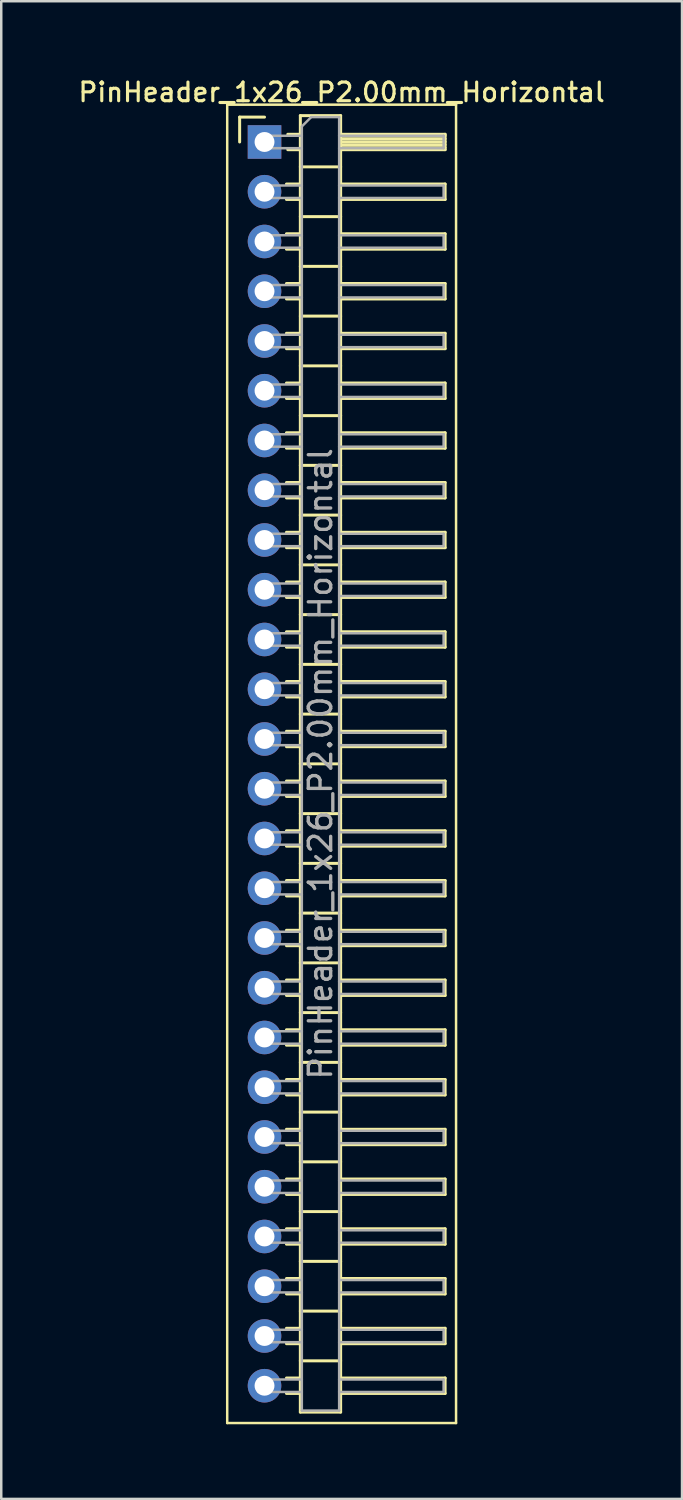
<source format=kicad_pcb>
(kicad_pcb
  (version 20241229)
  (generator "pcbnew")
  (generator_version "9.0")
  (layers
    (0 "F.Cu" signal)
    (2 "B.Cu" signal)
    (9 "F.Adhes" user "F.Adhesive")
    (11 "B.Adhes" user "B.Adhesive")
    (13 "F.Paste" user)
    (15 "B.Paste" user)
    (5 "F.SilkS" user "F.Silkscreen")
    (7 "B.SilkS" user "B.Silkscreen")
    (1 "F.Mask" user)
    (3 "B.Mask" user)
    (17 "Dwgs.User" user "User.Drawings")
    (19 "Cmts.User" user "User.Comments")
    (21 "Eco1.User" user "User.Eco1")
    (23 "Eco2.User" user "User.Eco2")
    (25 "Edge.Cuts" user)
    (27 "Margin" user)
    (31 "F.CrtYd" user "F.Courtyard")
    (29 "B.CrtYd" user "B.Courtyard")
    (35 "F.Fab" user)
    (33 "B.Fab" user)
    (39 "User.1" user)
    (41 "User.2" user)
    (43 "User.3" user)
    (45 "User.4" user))
  (footprint "PinHeader_1x26_P2.00mm_Horizontal"
    (layer "F.Cu")
    (at 7.584 2.658)
    (property "Reference" "PinHeader_1x26_P2.00mm_Horizontal" (at 3.1 -2 0) (layer "F.SilkS") (effects (font (size 0.75 0.75) (thickness 0.125))))
    (attr through_hole)
    (fp_line (start -1.5 -1.5) (end -1.5 51.5) (stroke (width 0.1) (type solid)) (layer "F.SilkS"))
    (fp_line (start -1.5 51.5) (end 7.7 51.5) (stroke (width 0.1) (type solid)) (layer "F.SilkS"))
    (fp_line (start -1 -1) (end 0 -1) (stroke (width 0.12) (type solid)) (layer "F.SilkS"))
    (fp_line (start -1 0) (end -1 -1) (stroke (width 0.12) (type solid)) (layer "F.SilkS"))
    (fp_line (start 0.882 1.69) (end 1.44 1.69) (stroke (width 0.12) (type solid)) (layer "F.SilkS"))
    (fp_line (start 0.882 2.31) (end 1.44 2.31) (stroke (width 0.12) (type solid)) (layer "F.SilkS"))
    (fp_line (start 0.882 3.69) (end 1.44 3.69) (stroke (width 0.12) (type solid)) (layer "F.SilkS"))
    (fp_line (start 0.882 4.31) (end 1.44 4.31) (stroke (width 0.12) (type solid)) (layer "F.SilkS"))
    (fp_line (start 0.882 5.69) (end 1.44 5.69) (stroke (width 0.12) (type solid)) (layer "F.SilkS"))
    (fp_line (start 0.882 6.31) (end 1.44 6.31) (stroke (width 0.12) (type solid)) (layer "F.SilkS"))
    (fp_line (start 0.882 7.69) (end 1.44 7.69) (stroke (width 0.12) (type solid)) (layer "F.SilkS"))
    (fp_line (start 0.882 8.31) (end 1.44 8.31) (stroke (width 0.12) (type solid)) (layer "F.SilkS"))
    (fp_line (start 0.882 9.69) (end 1.44 9.69) (stroke (width 0.12) (type solid)) (layer "F.SilkS"))
    (fp_line (start 0.882 10.31) (end 1.44 10.31) (stroke (width 0.12) (type solid)) (layer "F.SilkS"))
    (fp_line (start 0.882 11.69) (end 1.44 11.69) (stroke (width 0.12) (type solid)) (layer "F.SilkS"))
    (fp_line (start 0.882 12.31) (end 1.44 12.31) (stroke (width 0.12) (type solid)) (layer "F.SilkS"))
    (fp_line (start 0.882 13.69) (end 1.44 13.69) (stroke (width 0.12) (type solid)) (layer "F.SilkS"))
    (fp_line (start 0.882 14.31) (end 1.44 14.31) (stroke (width 0.12) (type solid)) (layer "F.SilkS"))
    (fp_line (start 0.882 15.69) (end 1.44 15.69) (stroke (width 0.12) (type solid)) (layer "F.SilkS"))
    (fp_line (start 0.882 16.31) (end 1.44 16.31) (stroke (width 0.12) (type solid)) (layer "F.SilkS"))
    (fp_line (start 0.882 17.69) (end 1.44 17.69) (stroke (width 0.12) (type solid)) (layer "F.SilkS"))
    (fp_line (start 0.882 18.31) (end 1.44 18.31) (stroke (width 0.12) (type solid)) (layer "F.SilkS"))
    (fp_line (start 0.882 19.69) (end 1.44 19.69) (stroke (width 0.12) (type solid)) (layer "F.SilkS"))
    (fp_line (start 0.882 20.31) (end 1.44 20.31) (stroke (width 0.12) (type solid)) (layer "F.SilkS"))
    (fp_line (start 0.882 21.69) (end 1.44 21.69) (stroke (width 0.12) (type solid)) (layer "F.SilkS"))
    (fp_line (start 0.882 22.31) (end 1.44 22.31) (stroke (width 0.12) (type solid)) (layer "F.SilkS"))
    (fp_line (start 0.882 23.69) (end 1.44 23.69) (stroke (width 0.12) (type solid)) (layer "F.SilkS"))
    (fp_line (start 0.882 24.31) (end 1.44 24.31) (stroke (width 0.12) (type solid)) (layer "F.SilkS"))
    (fp_line (start 0.882 25.69) (end 1.44 25.69) (stroke (width 0.12) (type solid)) (layer "F.SilkS"))
    (fp_line (start 0.882 26.31) (end 1.44 26.31) (stroke (width 0.12) (type solid)) (layer "F.SilkS"))
    (fp_line (start 0.882 27.69) (end 1.44 27.69) (stroke (width 0.12) (type solid)) (layer "F.SilkS"))
    (fp_line (start 0.882 28.31) (end 1.44 28.31) (stroke (width 0.12) (type solid)) (layer "F.SilkS"))
    (fp_line (start 0.882 29.69) (end 1.44 29.69) (stroke (width 0.12) (type solid)) (layer "F.SilkS"))
    (fp_line (start 0.882 30.31) (end 1.44 30.31) (stroke (width 0.12) (type solid)) (layer "F.SilkS"))
    (fp_line (start 0.882 31.69) (end 1.44 31.69) (stroke (width 0.12) (type solid)) (layer "F.SilkS"))
    (fp_line (start 0.882 32.31) (end 1.44 32.31) (stroke (width 0.12) (type solid)) (layer "F.SilkS"))
    (fp_line (start 0.882 33.69) (end 1.44 33.69) (stroke (width 0.12) (type solid)) (layer "F.SilkS"))
    (fp_line (start 0.882 34.31) (end 1.44 34.31) (stroke (width 0.12) (type solid)) (layer "F.SilkS"))
    (fp_line (start 0.882 35.69) (end 1.44 35.69) (stroke (width 0.12) (type solid)) (layer "F.SilkS"))
    (fp_line (start 0.882 36.31) (end 1.44 36.31) (stroke (width 0.12) (type solid)) (layer "F.SilkS"))
    (fp_line (start 0.882 37.69) (end 1.44 37.69) (stroke (width 0.12) (type solid)) (layer "F.SilkS"))
    (fp_line (start 0.882 38.31) (end 1.44 38.31) (stroke (width 0.12) (type solid)) (layer "F.SilkS"))
    (fp_line (start 0.882 39.69) (end 1.44 39.69) (stroke (width 0.12) (type solid)) (layer "F.SilkS"))
    (fp_line (start 0.882 40.31) (end 1.44 40.31) (stroke (width 0.12) (type solid)) (layer "F.SilkS"))
    (fp_line (start 0.882 41.69) (end 1.44 41.69) (stroke (width 0.12) (type solid)) (layer "F.SilkS"))
    (fp_line (start 0.882 42.31) (end 1.44 42.31) (stroke (width 0.12) (type solid)) (layer "F.SilkS"))
    (fp_line (start 0.882 43.69) (end 1.44 43.69) (stroke (width 0.12) (type solid)) (layer "F.SilkS"))
    (fp_line (start 0.882 44.31) (end 1.44 44.31) (stroke (width 0.12) (type solid)) (layer "F.SilkS"))
    (fp_line (start 0.882 45.69) (end 1.44 45.69) (stroke (width 0.12) (type solid)) (layer "F.SilkS"))
    (fp_line (start 0.882 46.31) (end 1.44 46.31) (stroke (width 0.12) (type solid)) (layer "F.SilkS"))
    (fp_line (start 0.882 47.69) (end 1.44 47.69) (stroke (width 0.12) (type solid)) (layer "F.SilkS"))
    (fp_line (start 0.882 48.31) (end 1.44 48.31) (stroke (width 0.12) (type solid)) (layer "F.SilkS"))
    (fp_line (start 0.882 49.69) (end 1.44 49.69) (stroke (width 0.12) (type solid)) (layer "F.SilkS"))
    (fp_line (start 0.882 50.31) (end 1.44 50.31) (stroke (width 0.12) (type solid)) (layer "F.SilkS"))
    (fp_line (start 0.935 -0.31) (end 1.44 -0.31) (stroke (width 0.12) (type solid)) (layer "F.SilkS"))
    (fp_line (start 0.935 0.31) (end 1.44 0.31) (stroke (width 0.12) (type solid)) (layer "F.SilkS"))
    (fp_line (start 1.44 -1.06) (end 1.44 51.06) (stroke (width 0.12) (type solid)) (layer "F.SilkS"))
    (fp_line (start 1.44 1) (end 3.06 1) (stroke (width 0.12) (type solid)) (layer "F.SilkS"))
    (fp_line (start 1.44 3) (end 3.06 3) (stroke (width 0.12) (type solid)) (layer "F.SilkS"))
    (fp_line (start 1.44 5) (end 3.06 5) (stroke (width 0.12) (type solid)) (layer "F.SilkS"))
    (fp_line (start 1.44 7) (end 3.06 7) (stroke (width 0.12) (type solid)) (layer "F.SilkS"))
    (fp_line (start 1.44 9) (end 3.06 9) (stroke (width 0.12) (type solid)) (layer "F.SilkS"))
    (fp_line (start 1.44 11) (end 3.06 11) (stroke (width 0.12) (type solid)) (layer "F.SilkS"))
    (fp_line (start 1.44 13) (end 3.06 13) (stroke (width 0.12) (type solid)) (layer "F.SilkS"))
    (fp_line (start 1.44 15) (end 3.06 15) (stroke (width 0.12) (type solid)) (layer "F.SilkS"))
    (fp_line (start 1.44 17) (end 3.06 17) (stroke (width 0.12) (type solid)) (layer "F.SilkS"))
    (fp_line (start 1.44 19) (end 3.06 19) (stroke (width 0.12) (type solid)) (layer "F.SilkS"))
    (fp_line (start 1.44 21) (end 3.06 21) (stroke (width 0.12) (type solid)) (layer "F.SilkS"))
    (fp_line (start 1.44 23) (end 3.06 23) (stroke (width 0.12) (type solid)) (layer "F.SilkS"))
    (fp_line (start 1.44 25) (end 3.06 25) (stroke (width 0.12) (type solid)) (layer "F.SilkS"))
    (fp_line (start 1.44 27) (end 3.06 27) (stroke (width 0.12) (type solid)) (layer "F.SilkS"))
    (fp_line (start 1.44 29) (end 3.06 29) (stroke (width 0.12) (type solid)) (layer "F.SilkS"))
    (fp_line (start 1.44 31) (end 3.06 31) (stroke (width 0.12) (type solid)) (layer "F.SilkS"))
    (fp_line (start 1.44 33) (end 3.06 33) (stroke (width 0.12) (type solid)) (layer "F.SilkS"))
    (fp_line (start 1.44 35) (end 3.06 35) (stroke (width 0.12) (type solid)) (layer "F.SilkS"))
    (fp_line (start 1.44 37) (end 3.06 37) (stroke (width 0.12) (type solid)) (layer "F.SilkS"))
    (fp_line (start 1.44 39) (end 3.06 39) (stroke (width 0.12) (type solid)) (layer "F.SilkS"))
    (fp_line (start 1.44 41) (end 3.06 41) (stroke (width 0.12) (type solid)) (layer "F.SilkS"))
    (fp_line (start 1.44 43) (end 3.06 43) (stroke (width 0.12) (type solid)) (layer "F.SilkS"))
    (fp_line (start 1.44 45) (end 3.06 45) (stroke (width 0.12) (type solid)) (layer "F.SilkS"))
    (fp_line (start 1.44 47) (end 3.06 47) (stroke (width 0.12) (type solid)) (layer "F.SilkS"))
    (fp_line (start 1.44 49) (end 3.06 49) (stroke (width 0.12) (type solid)) (layer "F.SilkS"))
    (fp_line (start 1.44 51.06) (end 3.06 51.06) (stroke (width 0.12) (type solid)) (layer "F.SilkS"))
    (fp_line (start 3.06 -1.06) (end 1.44 -1.06) (stroke (width 0.12) (type solid)) (layer "F.SilkS"))
    (fp_line (start 3.06 -0.31) (end 7.26 -0.31) (stroke (width 0.12) (type solid)) (layer "F.SilkS"))
    (fp_line (start 3.06 -0.25) (end 7.26 -0.25) (stroke (width 0.12) (type solid)) (layer "F.SilkS"))
    (fp_line (start 3.06 -0.13) (end 7.26 -0.13) (stroke (width 0.12) (type solid)) (layer "F.SilkS"))
    (fp_line (start 3.06 -0.01) (end 7.26 -0.01) (stroke (width 0.12) (type solid)) (layer "F.SilkS"))
    (fp_line (start 3.06 0.11) (end 7.26 0.11) (stroke (width 0.12) (type solid)) (layer "F.SilkS"))
    (fp_line (start 3.06 0.23) (end 7.26 0.23) (stroke (width 0.12) (type solid)) (layer "F.SilkS"))
    (fp_line (start 3.06 1.69) (end 7.26 1.69) (stroke (width 0.12) (type solid)) (layer "F.SilkS"))
    (fp_line (start 3.06 3.69) (end 7.26 3.69) (stroke (width 0.12) (type solid)) (layer "F.SilkS"))
    (fp_line (start 3.06 5.69) (end 7.26 5.69) (stroke (width 0.12) (type solid)) (layer "F.SilkS"))
    (fp_line (start 3.06 7.69) (end 7.26 7.69) (stroke (width 0.12) (type solid)) (layer "F.SilkS"))
    (fp_line (start 3.06 9.69) (end 7.26 9.69) (stroke (width 0.12) (type solid)) (layer "F.SilkS"))
    (fp_line (start 3.06 11.69) (end 7.26 11.69) (stroke (width 0.12) (type solid)) (layer "F.SilkS"))
    (fp_line (start 3.06 13.69) (end 7.26 13.69) (stroke (width 0.12) (type solid)) (layer "F.SilkS"))
    (fp_line (start 3.06 15.69) (end 7.26 15.69) (stroke (width 0.12) (type solid)) (layer "F.SilkS"))
    (fp_line (start 3.06 17.69) (end 7.26 17.69) (stroke (width 0.12) (type solid)) (layer "F.SilkS"))
    (fp_line (start 3.06 19.69) (end 7.26 19.69) (stroke (width 0.12) (type solid)) (layer "F.SilkS"))
    (fp_line (start 3.06 21.69) (end 7.26 21.69) (stroke (width 0.12) (type solid)) (layer "F.SilkS"))
    (fp_line (start 3.06 23.69) (end 7.26 23.69) (stroke (width 0.12) (type solid)) (layer "F.SilkS"))
    (fp_line (start 3.06 25.69) (end 7.26 25.69) (stroke (width 0.12) (type solid)) (layer "F.SilkS"))
    (fp_line (start 3.06 27.69) (end 7.26 27.69) (stroke (width 0.12) (type solid)) (layer "F.SilkS"))
    (fp_line (start 3.06 29.69) (end 7.26 29.69) (stroke (width 0.12) (type solid)) (layer "F.SilkS"))
    (fp_line (start 3.06 31.69) (end 7.26 31.69) (stroke (width 0.12) (type solid)) (layer "F.SilkS"))
    (fp_line (start 3.06 33.69) (end 7.26 33.69) (stroke (width 0.12) (type solid)) (layer "F.SilkS"))
    (fp_line (start 3.06 35.69) (end 7.26 35.69) (stroke (width 0.12) (type solid)) (layer "F.SilkS"))
    (fp_line (start 3.06 37.69) (end 7.26 37.69) (stroke (width 0.12) (type solid)) (layer "F.SilkS"))
    (fp_line (start 3.06 39.69) (end 7.26 39.69) (stroke (width 0.12) (type solid)) (layer "F.SilkS"))
    (fp_line (start 3.06 41.69) (end 7.26 41.69) (stroke (width 0.12) (type solid)) (layer "F.SilkS"))
    (fp_line (start 3.06 43.69) (end 7.26 43.69) (stroke (width 0.12) (type solid)) (layer "F.SilkS"))
    (fp_line (start 3.06 45.69) (end 7.26 45.69) (stroke (width 0.12) (type solid)) (layer "F.SilkS"))
    (fp_line (start 3.06 47.69) (end 7.26 47.69) (stroke (width 0.12) (type solid)) (layer "F.SilkS"))
    (fp_line (start 3.06 49.69) (end 7.26 49.69) (stroke (width 0.12) (type solid)) (layer "F.SilkS"))
    (fp_line (start 3.06 51.06) (end 3.06 -1.06) (stroke (width 0.12) (type solid)) (layer "F.SilkS"))
    (fp_line (start 7.26 -0.31) (end 7.26 0.31) (stroke (width 0.12) (type solid)) (layer "F.SilkS"))
    (fp_line (start 7.26 0.31) (end 3.06 0.31) (stroke (width 0.12) (type solid)) (layer "F.SilkS"))
    (fp_line (start 7.26 1.69) (end 7.26 2.31) (stroke (width 0.12) (type solid)) (layer "F.SilkS"))
    (fp_line (start 7.26 2.31) (end 3.06 2.31) (stroke (width 0.12) (type solid)) (layer "F.SilkS"))
    (fp_line (start 7.26 3.69) (end 7.26 4.31) (stroke (width 0.12) (type solid)) (layer "F.SilkS"))
    (fp_line (start 7.26 4.31) (end 3.06 4.31) (stroke (width 0.12) (type solid)) (layer "F.SilkS"))
    (fp_line (start 7.26 5.69) (end 7.26 6.31) (stroke (width 0.12) (type solid)) (layer "F.SilkS"))
    (fp_line (start 7.26 6.31) (end 3.06 6.31) (stroke (width 0.12) (type solid)) (layer "F.SilkS"))
    (fp_line (start 7.26 7.69) (end 7.26 8.31) (stroke (width 0.12) (type solid)) (layer "F.SilkS"))
    (fp_line (start 7.26 8.31) (end 3.06 8.31) (stroke (width 0.12) (type solid)) (layer "F.SilkS"))
    (fp_line (start 7.26 9.69) (end 7.26 10.31) (stroke (width 0.12) (type solid)) (layer "F.SilkS"))
    (fp_line (start 7.26 10.31) (end 3.06 10.31) (stroke (width 0.12) (type solid)) (layer "F.SilkS"))
    (fp_line (start 7.26 11.69) (end 7.26 12.31) (stroke (width 0.12) (type solid)) (layer "F.SilkS"))
    (fp_line (start 7.26 12.31) (end 3.06 12.31) (stroke (width 0.12) (type solid)) (layer "F.SilkS"))
    (fp_line (start 7.26 13.69) (end 7.26 14.31) (stroke (width 0.12) (type solid)) (layer "F.SilkS"))
    (fp_line (start 7.26 14.31) (end 3.06 14.31) (stroke (width 0.12) (type solid)) (layer "F.SilkS"))
    (fp_line (start 7.26 15.69) (end 7.26 16.31) (stroke (width 0.12) (type solid)) (layer "F.SilkS"))
    (fp_line (start 7.26 16.31) (end 3.06 16.31) (stroke (width 0.12) (type solid)) (layer "F.SilkS"))
    (fp_line (start 7.26 17.69) (end 7.26 18.31) (stroke (width 0.12) (type solid)) (layer "F.SilkS"))
    (fp_line (start 7.26 18.31) (end 3.06 18.31) (stroke (width 0.12) (type solid)) (layer "F.SilkS"))
    (fp_line (start 7.26 19.69) (end 7.26 20.31) (stroke (width 0.12) (type solid)) (layer "F.SilkS"))
    (fp_line (start 7.26 20.31) (end 3.06 20.31) (stroke (width 0.12) (type solid)) (layer "F.SilkS"))
    (fp_line (start 7.26 21.69) (end 7.26 22.31) (stroke (width 0.12) (type solid)) (layer "F.SilkS"))
    (fp_line (start 7.26 22.31) (end 3.06 22.31) (stroke (width 0.12) (type solid)) (layer "F.SilkS"))
    (fp_line (start 7.26 23.69) (end 7.26 24.31) (stroke (width 0.12) (type solid)) (layer "F.SilkS"))
    (fp_line (start 7.26 24.31) (end 3.06 24.31) (stroke (width 0.12) (type solid)) (layer "F.SilkS"))
    (fp_line (start 7.26 25.69) (end 7.26 26.31) (stroke (width 0.12) (type solid)) (layer "F.SilkS"))
    (fp_line (start 7.26 26.31) (end 3.06 26.31) (stroke (width 0.12) (type solid)) (layer "F.SilkS"))
    (fp_line (start 7.26 27.69) (end 7.26 28.31) (stroke (width 0.12) (type solid)) (layer "F.SilkS"))
    (fp_line (start 7.26 28.31) (end 3.06 28.31) (stroke (width 0.12) (type solid)) (layer "F.SilkS"))
    (fp_line (start 7.26 29.69) (end 7.26 30.31) (stroke (width 0.12) (type solid)) (layer "F.SilkS"))
    (fp_line (start 7.26 30.31) (end 3.06 30.31) (stroke (width 0.12) (type solid)) (layer "F.SilkS"))
    (fp_line (start 7.26 31.69) (end 7.26 32.31) (stroke (width 0.12) (type solid)) (layer "F.SilkS"))
    (fp_line (start 7.26 32.31) (end 3.06 32.31) (stroke (width 0.12) (type solid)) (layer "F.SilkS"))
    (fp_line (start 7.26 33.69) (end 7.26 34.31) (stroke (width 0.12) (type solid)) (layer "F.SilkS"))
    (fp_line (start 7.26 34.31) (end 3.06 34.31) (stroke (width 0.12) (type solid)) (layer "F.SilkS"))
    (fp_line (start 7.26 35.69) (end 7.26 36.31) (stroke (width 0.12) (type solid)) (layer "F.SilkS"))
    (fp_line (start 7.26 36.31) (end 3.06 36.31) (stroke (width 0.12) (type solid)) (layer "F.SilkS"))
    (fp_line (start 7.26 37.69) (end 7.26 38.31) (stroke (width 0.12) (type solid)) (layer "F.SilkS"))
    (fp_line (start 7.26 38.31) (end 3.06 38.31) (stroke (width 0.12) (type solid)) (layer "F.SilkS"))
    (fp_line (start 7.26 39.69) (end 7.26 40.31) (stroke (width 0.12) (type solid)) (layer "F.SilkS"))
    (fp_line (start 7.26 40.31) (end 3.06 40.31) (stroke (width 0.12) (type solid)) (layer "F.SilkS"))
    (fp_line (start 7.26 41.69) (end 7.26 42.31) (stroke (width 0.12) (type solid)) (layer "F.SilkS"))
    (fp_line (start 7.26 42.31) (end 3.06 42.31) (stroke (width 0.12) (type solid)) (layer "F.SilkS"))
    (fp_line (start 7.26 43.69) (end 7.26 44.31) (stroke (width 0.12) (type solid)) (layer "F.SilkS"))
    (fp_line (start 7.26 44.31) (end 3.06 44.31) (stroke (width 0.12) (type solid)) (layer "F.SilkS"))
    (fp_line (start 7.26 45.69) (end 7.26 46.31) (stroke (width 0.12) (type solid)) (layer "F.SilkS"))
    (fp_line (start 7.26 46.31) (end 3.06 46.31) (stroke (width 0.12) (type solid)) (layer "F.SilkS"))
    (fp_line (start 7.26 47.69) (end 7.26 48.31) (stroke (width 0.12) (type solid)) (layer "F.SilkS"))
    (fp_line (start 7.26 48.31) (end 3.06 48.31) (stroke (width 0.12) (type solid)) (layer "F.SilkS"))
    (fp_line (start 7.26 49.69) (end 7.26 50.31) (stroke (width 0.12) (type solid)) (layer "F.SilkS"))
    (fp_line (start 7.26 50.31) (end 3.06 50.31) (stroke (width 0.12) (type solid)) (layer "F.SilkS"))
    (fp_line (start 7.7 -1.5) (end -1.5 -1.5) (stroke (width 0.1) (type solid)) (layer "F.SilkS"))
    (fp_line (start 7.7 51.5) (end 7.7 -1.5) (stroke (width 0.1) (type solid)) (layer "F.SilkS"))
    (fp_line (start -0.25 -0.25) (end -0.25 0.25) (stroke (width 0.1) (type solid)) (layer "F.Fab"))
    (fp_line (start -0.25 -0.25) (end 1.5 -0.25) (stroke (width 0.1) (type solid)) (layer "F.Fab"))
    (fp_line (start -0.25 0.25) (end 1.5 0.25) (stroke (width 0.1) (type solid)) (layer "F.Fab"))
    (fp_line (start -0.25 1.75) (end -0.25 2.25) (stroke (width 0.1) (type solid)) (layer "F.Fab"))
    (fp_line (start -0.25 1.75) (end 1.5 1.75) (stroke (width 0.1) (type solid)) (layer "F.Fab"))
    (fp_line (start -0.25 2.25) (end 1.5 2.25) (stroke (width 0.1) (type solid)) (layer "F.Fab"))
    (fp_line (start -0.25 3.75) (end -0.25 4.25) (stroke (width 0.1) (type solid)) (layer "F.Fab"))
    (fp_line (start -0.25 3.75) (end 1.5 3.75) (stroke (width 0.1) (type solid)) (layer "F.Fab"))
    (fp_line (start -0.25 4.25) (end 1.5 4.25) (stroke (width 0.1) (type solid)) (layer "F.Fab"))
    (fp_line (start -0.25 5.75) (end -0.25 6.25) (stroke (width 0.1) (type solid)) (layer "F.Fab"))
    (fp_line (start -0.25 5.75) (end 1.5 5.75) (stroke (width 0.1) (type solid)) (layer "F.Fab"))
    (fp_line (start -0.25 6.25) (end 1.5 6.25) (stroke (width 0.1) (type solid)) (layer "F.Fab"))
    (fp_line (start -0.25 7.75) (end -0.25 8.25) (stroke (width 0.1) (type solid)) (layer "F.Fab"))
    (fp_line (start -0.25 7.75) (end 1.5 7.75) (stroke (width 0.1) (type solid)) (layer "F.Fab"))
    (fp_line (start -0.25 8.25) (end 1.5 8.25) (stroke (width 0.1) (type solid)) (layer "F.Fab"))
    (fp_line (start -0.25 9.75) (end -0.25 10.25) (stroke (width 0.1) (type solid)) (layer "F.Fab"))
    (fp_line (start -0.25 9.75) (end 1.5 9.75) (stroke (width 0.1) (type solid)) (layer "F.Fab"))
    (fp_line (start -0.25 10.25) (end 1.5 10.25) (stroke (width 0.1) (type solid)) (layer "F.Fab"))
    (fp_line (start -0.25 11.75) (end -0.25 12.25) (stroke (width 0.1) (type solid)) (layer "F.Fab"))
    (fp_line (start -0.25 11.75) (end 1.5 11.75) (stroke (width 0.1) (type solid)) (layer "F.Fab"))
    (fp_line (start -0.25 12.25) (end 1.5 12.25) (stroke (width 0.1) (type solid)) (layer "F.Fab"))
    (fp_line (start -0.25 13.75) (end -0.25 14.25) (stroke (width 0.1) (type solid)) (layer "F.Fab"))
    (fp_line (start -0.25 13.75) (end 1.5 13.75) (stroke (width 0.1) (type solid)) (layer "F.Fab"))
    (fp_line (start -0.25 14.25) (end 1.5 14.25) (stroke (width 0.1) (type solid)) (layer "F.Fab"))
    (fp_line (start -0.25 15.75) (end -0.25 16.25) (stroke (width 0.1) (type solid)) (layer "F.Fab"))
    (fp_line (start -0.25 15.75) (end 1.5 15.75) (stroke (width 0.1) (type solid)) (layer "F.Fab"))
    (fp_line (start -0.25 16.25) (end 1.5 16.25) (stroke (width 0.1) (type solid)) (layer "F.Fab"))
    (fp_line (start -0.25 17.75) (end -0.25 18.25) (stroke (width 0.1) (type solid)) (layer "F.Fab"))
    (fp_line (start -0.25 17.75) (end 1.5 17.75) (stroke (width 0.1) (type solid)) (layer "F.Fab"))
    (fp_line (start -0.25 18.25) (end 1.5 18.25) (stroke (width 0.1) (type solid)) (layer "F.Fab"))
    (fp_line (start -0.25 19.75) (end -0.25 20.25) (stroke (width 0.1) (type solid)) (layer "F.Fab"))
    (fp_line (start -0.25 19.75) (end 1.5 19.75) (stroke (width 0.1) (type solid)) (layer "F.Fab"))
    (fp_line (start -0.25 20.25) (end 1.5 20.25) (stroke (width 0.1) (type solid)) (layer "F.Fab"))
    (fp_line (start -0.25 21.75) (end -0.25 22.25) (stroke (width 0.1) (type solid)) (layer "F.Fab"))
    (fp_line (start -0.25 21.75) (end 1.5 21.75) (stroke (width 0.1) (type solid)) (layer "F.Fab"))
    (fp_line (start -0.25 22.25) (end 1.5 22.25) (stroke (width 0.1) (type solid)) (layer "F.Fab"))
    (fp_line (start -0.25 23.75) (end -0.25 24.25) (stroke (width 0.1) (type solid)) (layer "F.Fab"))
    (fp_line (start -0.25 23.75) (end 1.5 23.75) (stroke (width 0.1) (type solid)) (layer "F.Fab"))
    (fp_line (start -0.25 24.25) (end 1.5 24.25) (stroke (width 0.1) (type solid)) (layer "F.Fab"))
    (fp_line (start -0.25 25.75) (end -0.25 26.25) (stroke (width 0.1) (type solid)) (layer "F.Fab"))
    (fp_line (start -0.25 25.75) (end 1.5 25.75) (stroke (width 0.1) (type solid)) (layer "F.Fab"))
    (fp_line (start -0.25 26.25) (end 1.5 26.25) (stroke (width 0.1) (type solid)) (layer "F.Fab"))
    (fp_line (start -0.25 27.75) (end -0.25 28.25) (stroke (width 0.1) (type solid)) (layer "F.Fab"))
    (fp_line (start -0.25 27.75) (end 1.5 27.75) (stroke (width 0.1) (type solid)) (layer "F.Fab"))
    (fp_line (start -0.25 28.25) (end 1.5 28.25) (stroke (width 0.1) (type solid)) (layer "F.Fab"))
    (fp_line (start -0.25 29.75) (end -0.25 30.25) (stroke (width 0.1) (type solid)) (layer "F.Fab"))
    (fp_line (start -0.25 29.75) (end 1.5 29.75) (stroke (width 0.1) (type solid)) (layer "F.Fab"))
    (fp_line (start -0.25 30.25) (end 1.5 30.25) (stroke (width 0.1) (type solid)) (layer "F.Fab"))
    (fp_line (start -0.25 31.75) (end -0.25 32.25) (stroke (width 0.1) (type solid)) (layer "F.Fab"))
    (fp_line (start -0.25 31.75) (end 1.5 31.75) (stroke (width 0.1) (type solid)) (layer "F.Fab"))
    (fp_line (start -0.25 32.25) (end 1.5 32.25) (stroke (width 0.1) (type solid)) (layer "F.Fab"))
    (fp_line (start -0.25 33.75) (end -0.25 34.25) (stroke (width 0.1) (type solid)) (layer "F.Fab"))
    (fp_line (start -0.25 33.75) (end 1.5 33.75) (stroke (width 0.1) (type solid)) (layer "F.Fab"))
    (fp_line (start -0.25 34.25) (end 1.5 34.25) (stroke (width 0.1) (type solid)) (layer "F.Fab"))
    (fp_line (start -0.25 35.75) (end -0.25 36.25) (stroke (width 0.1) (type solid)) (layer "F.Fab"))
    (fp_line (start -0.25 35.75) (end 1.5 35.75) (stroke (width 0.1) (type solid)) (layer "F.Fab"))
    (fp_line (start -0.25 36.25) (end 1.5 36.25) (stroke (width 0.1) (type solid)) (layer "F.Fab"))
    (fp_line (start -0.25 37.75) (end -0.25 38.25) (stroke (width 0.1) (type solid)) (layer "F.Fab"))
    (fp_line (start -0.25 37.75) (end 1.5 37.75) (stroke (width 0.1) (type solid)) (layer "F.Fab"))
    (fp_line (start -0.25 38.25) (end 1.5 38.25) (stroke (width 0.1) (type solid)) (layer "F.Fab"))
    (fp_line (start -0.25 39.75) (end -0.25 40.25) (stroke (width 0.1) (type solid)) (layer "F.Fab"))
    (fp_line (start -0.25 39.75) (end 1.5 39.75) (stroke (width 0.1) (type solid)) (layer "F.Fab"))
    (fp_line (start -0.25 40.25) (end 1.5 40.25) (stroke (width 0.1) (type solid)) (layer "F.Fab"))
    (fp_line (start -0.25 41.75) (end -0.25 42.25) (stroke (width 0.1) (type solid)) (layer "F.Fab"))
    (fp_line (start -0.25 41.75) (end 1.5 41.75) (stroke (width 0.1) (type solid)) (layer "F.Fab"))
    (fp_line (start -0.25 42.25) (end 1.5 42.25) (stroke (width 0.1) (type solid)) (layer "F.Fab"))
    (fp_line (start -0.25 43.75) (end -0.25 44.25) (stroke (width 0.1) (type solid)) (layer "F.Fab"))
    (fp_line (start -0.25 43.75) (end 1.5 43.75) (stroke (width 0.1) (type solid)) (layer "F.Fab"))
    (fp_line (start -0.25 44.25) (end 1.5 44.25) (stroke (width 0.1) (type solid)) (layer "F.Fab"))
    (fp_line (start -0.25 45.75) (end -0.25 46.25) (stroke (width 0.1) (type solid)) (layer "F.Fab"))
    (fp_line (start -0.25 45.75) (end 1.5 45.75) (stroke (width 0.1) (type solid)) (layer "F.Fab"))
    (fp_line (start -0.25 46.25) (end 1.5 46.25) (stroke (width 0.1) (type solid)) (layer "F.Fab"))
    (fp_line (start -0.25 47.75) (end -0.25 48.25) (stroke (width 0.1) (type solid)) (layer "F.Fab"))
    (fp_line (start -0.25 47.75) (end 1.5 47.75) (stroke (width 0.1) (type solid)) (layer "F.Fab"))
    (fp_line (start -0.25 48.25) (end 1.5 48.25) (stroke (width 0.1) (type solid)) (layer "F.Fab"))
    (fp_line (start -0.25 49.75) (end -0.25 50.25) (stroke (width 0.1) (type solid)) (layer "F.Fab"))
    (fp_line (start -0.25 49.75) (end 1.5 49.75) (stroke (width 0.1) (type solid)) (layer "F.Fab"))
    (fp_line (start -0.25 50.25) (end 1.5 50.25) (stroke (width 0.1) (type solid)) (layer "F.Fab"))
    (fp_line (start 1.5 -0.625) (end 1.875 -1) (stroke (width 0.1) (type solid)) (layer "F.Fab"))
    (fp_line (start 1.5 51) (end 1.5 -0.625) (stroke (width 0.1) (type solid)) (layer "F.Fab"))
    (fp_line (start 1.875 -1) (end 3 -1) (stroke (width 0.1) (type solid)) (layer "F.Fab"))
    (fp_line (start 3 -1) (end 3 51) (stroke (width 0.1) (type solid)) (layer "F.Fab"))
    (fp_line (start 3 -0.25) (end 7.2 -0.25) (stroke (width 0.1) (type solid)) (layer "F.Fab"))
    (fp_line (start 3 0.25) (end 7.2 0.25) (stroke (width 0.1) (type solid)) (layer "F.Fab"))
    (fp_line (start 3 1.75) (end 7.2 1.75) (stroke (width 0.1) (type solid)) (layer "F.Fab"))
    (fp_line (start 3 2.25) (end 7.2 2.25) (stroke (width 0.1) (type solid)) (layer "F.Fab"))
    (fp_line (start 3 3.75) (end 7.2 3.75) (stroke (width 0.1) (type solid)) (layer "F.Fab"))
    (fp_line (start 3 4.25) (end 7.2 4.25) (stroke (width 0.1) (type solid)) (layer "F.Fab"))
    (fp_line (start 3 5.75) (end 7.2 5.75) (stroke (width 0.1) (type solid)) (layer "F.Fab"))
    (fp_line (start 3 6.25) (end 7.2 6.25) (stroke (width 0.1) (type solid)) (layer "F.Fab"))
    (fp_line (start 3 7.75) (end 7.2 7.75) (stroke (width 0.1) (type solid)) (layer "F.Fab"))
    (fp_line (start 3 8.25) (end 7.2 8.25) (stroke (width 0.1) (type solid)) (layer "F.Fab"))
    (fp_line (start 3 9.75) (end 7.2 9.75) (stroke (width 0.1) (type solid)) (layer "F.Fab"))
    (fp_line (start 3 10.25) (end 7.2 10.25) (stroke (width 0.1) (type solid)) (layer "F.Fab"))
    (fp_line (start 3 11.75) (end 7.2 11.75) (stroke (width 0.1) (type solid)) (layer "F.Fab"))
    (fp_line (start 3 12.25) (end 7.2 12.25) (stroke (width 0.1) (type solid)) (layer "F.Fab"))
    (fp_line (start 3 13.75) (end 7.2 13.75) (stroke (width 0.1) (type solid)) (layer "F.Fab"))
    (fp_line (start 3 14.25) (end 7.2 14.25) (stroke (width 0.1) (type solid)) (layer "F.Fab"))
    (fp_line (start 3 15.75) (end 7.2 15.75) (stroke (width 0.1) (type solid)) (layer "F.Fab"))
    (fp_line (start 3 16.25) (end 7.2 16.25) (stroke (width 0.1) (type solid)) (layer "F.Fab"))
    (fp_line (start 3 17.75) (end 7.2 17.75) (stroke (width 0.1) (type solid)) (layer "F.Fab"))
    (fp_line (start 3 18.25) (end 7.2 18.25) (stroke (width 0.1) (type solid)) (layer "F.Fab"))
    (fp_line (start 3 19.75) (end 7.2 19.75) (stroke (width 0.1) (type solid)) (layer "F.Fab"))
    (fp_line (start 3 20.25) (end 7.2 20.25) (stroke (width 0.1) (type solid)) (layer "F.Fab"))
    (fp_line (start 3 21.75) (end 7.2 21.75) (stroke (width 0.1) (type solid)) (layer "F.Fab"))
    (fp_line (start 3 22.25) (end 7.2 22.25) (stroke (width 0.1) (type solid)) (layer "F.Fab"))
    (fp_line (start 3 23.75) (end 7.2 23.75) (stroke (width 0.1) (type solid)) (layer "F.Fab"))
    (fp_line (start 3 24.25) (end 7.2 24.25) (stroke (width 0.1) (type solid)) (layer "F.Fab"))
    (fp_line (start 3 25.75) (end 7.2 25.75) (stroke (width 0.1) (type solid)) (layer "F.Fab"))
    (fp_line (start 3 26.25) (end 7.2 26.25) (stroke (width 0.1) (type solid)) (layer "F.Fab"))
    (fp_line (start 3 27.75) (end 7.2 27.75) (stroke (width 0.1) (type solid)) (layer "F.Fab"))
    (fp_line (start 3 28.25) (end 7.2 28.25) (stroke (width 0.1) (type solid)) (layer "F.Fab"))
    (fp_line (start 3 29.75) (end 7.2 29.75) (stroke (width 0.1) (type solid)) (layer "F.Fab"))
    (fp_line (start 3 30.25) (end 7.2 30.25) (stroke (width 0.1) (type solid)) (layer "F.Fab"))
    (fp_line (start 3 31.75) (end 7.2 31.75) (stroke (width 0.1) (type solid)) (layer "F.Fab"))
    (fp_line (start 3 32.25) (end 7.2 32.25) (stroke (width 0.1) (type solid)) (layer "F.Fab"))
    (fp_line (start 3 33.75) (end 7.2 33.75) (stroke (width 0.1) (type solid)) (layer "F.Fab"))
    (fp_line (start 3 34.25) (end 7.2 34.25) (stroke (width 0.1) (type solid)) (layer "F.Fab"))
    (fp_line (start 3 35.75) (end 7.2 35.75) (stroke (width 0.1) (type solid)) (layer "F.Fab"))
    (fp_line (start 3 36.25) (end 7.2 36.25) (stroke (width 0.1) (type solid)) (layer "F.Fab"))
    (fp_line (start 3 37.75) (end 7.2 37.75) (stroke (width 0.1) (type solid)) (layer "F.Fab"))
    (fp_line (start 3 38.25) (end 7.2 38.25) (stroke (width 0.1) (type solid)) (layer "F.Fab"))
    (fp_line (start 3 39.75) (end 7.2 39.75) (stroke (width 0.1) (type solid)) (layer "F.Fab"))
    (fp_line (start 3 40.25) (end 7.2 40.25) (stroke (width 0.1) (type solid)) (layer "F.Fab"))
    (fp_line (start 3 41.75) (end 7.2 41.75) (stroke (width 0.1) (type solid)) (layer "F.Fab"))
    (fp_line (start 3 42.25) (end 7.2 42.25) (stroke (width 0.1) (type solid)) (layer "F.Fab"))
    (fp_line (start 3 43.75) (end 7.2 43.75) (stroke (width 0.1) (type solid)) (layer "F.Fab"))
    (fp_line (start 3 44.25) (end 7.2 44.25) (stroke (width 0.1) (type solid)) (layer "F.Fab"))
    (fp_line (start 3 45.75) (end 7.2 45.75) (stroke (width 0.1) (type solid)) (layer "F.Fab"))
    (fp_line (start 3 46.25) (end 7.2 46.25) (stroke (width 0.1) (type solid)) (layer "F.Fab"))
    (fp_line (start 3 47.75) (end 7.2 47.75) (stroke (width 0.1) (type solid)) (layer "F.Fab"))
    (fp_line (start 3 48.25) (end 7.2 48.25) (stroke (width 0.1) (type solid)) (layer "F.Fab"))
    (fp_line (start 3 49.75) (end 7.2 49.75) (stroke (width 0.1) (type solid)) (layer "F.Fab"))
    (fp_line (start 3 50.25) (end 7.2 50.25) (stroke (width 0.1) (type solid)) (layer "F.Fab"))
    (fp_line (start 3 51) (end 1.5 51) (stroke (width 0.1) (type solid)) (layer "F.Fab"))
    (fp_line (start 7.2 -0.25) (end 7.2 0.25) (stroke (width 0.1) (type solid)) (layer "F.Fab"))
    (fp_line (start 7.2 1.75) (end 7.2 2.25) (stroke (width 0.1) (type solid)) (layer "F.Fab"))
    (fp_line (start 7.2 3.75) (end 7.2 4.25) (stroke (width 0.1) (type solid)) (layer "F.Fab"))
    (fp_line (start 7.2 5.75) (end 7.2 6.25) (stroke (width 0.1) (type solid)) (layer "F.Fab"))
    (fp_line (start 7.2 7.75) (end 7.2 8.25) (stroke (width 0.1) (type solid)) (layer "F.Fab"))
    (fp_line (start 7.2 9.75) (end 7.2 10.25) (stroke (width 0.1) (type solid)) (layer "F.Fab"))
    (fp_line (start 7.2 11.75) (end 7.2 12.25) (stroke (width 0.1) (type solid)) (layer "F.Fab"))
    (fp_line (start 7.2 13.75) (end 7.2 14.25) (stroke (width 0.1) (type solid)) (layer "F.Fab"))
    (fp_line (start 7.2 15.75) (end 7.2 16.25) (stroke (width 0.1) (type solid)) (layer "F.Fab"))
    (fp_line (start 7.2 17.75) (end 7.2 18.25) (stroke (width 0.1) (type solid)) (layer "F.Fab"))
    (fp_line (start 7.2 19.75) (end 7.2 20.25) (stroke (width 0.1) (type solid)) (layer "F.Fab"))
    (fp_line (start 7.2 21.75) (end 7.2 22.25) (stroke (width 0.1) (type solid)) (layer "F.Fab"))
    (fp_line (start 7.2 23.75) (end 7.2 24.25) (stroke (width 0.1) (type solid)) (layer "F.Fab"))
    (fp_line (start 7.2 25.75) (end 7.2 26.25) (stroke (width 0.1) (type solid)) (layer "F.Fab"))
    (fp_line (start 7.2 27.75) (end 7.2 28.25) (stroke (width 0.1) (type solid)) (layer "F.Fab"))
    (fp_line (start 7.2 29.75) (end 7.2 30.25) (stroke (width 0.1) (type solid)) (layer "F.Fab"))
    (fp_line (start 7.2 31.75) (end 7.2 32.25) (stroke (width 0.1) (type solid)) (layer "F.Fab"))
    (fp_line (start 7.2 33.75) (end 7.2 34.25) (stroke (width 0.1) (type solid)) (layer "F.Fab"))
    (fp_line (start 7.2 35.75) (end 7.2 36.25) (stroke (width 0.1) (type solid)) (layer "F.Fab"))
    (fp_line (start 7.2 37.75) (end 7.2 38.25) (stroke (width 0.1) (type solid)) (layer "F.Fab"))
    (fp_line (start 7.2 39.75) (end 7.2 40.25) (stroke (width 0.1) (type solid)) (layer "F.Fab"))
    (fp_line (start 7.2 41.75) (end 7.2 42.25) (stroke (width 0.1) (type solid)) (layer "F.Fab"))
    (fp_line (start 7.2 43.75) (end 7.2 44.25) (stroke (width 0.1) (type solid)) (layer "F.Fab"))
    (fp_line (start 7.2 45.75) (end 7.2 46.25) (stroke (width 0.1) (type solid)) (layer "F.Fab"))
    (fp_line (start 7.2 47.75) (end 7.2 48.25) (stroke (width 0.1) (type solid)) (layer "F.Fab"))
    (fp_line (start 7.2 49.75) (end 7.2 50.25) (stroke (width 0.1) (type solid)) (layer "F.Fab"))
    (fp_text user "${REFERENCE}" (at 2.25 25 90) (layer "F.Fab") (effects (font (size 0.9 0.9) (thickness 0.135))))
    (pad "1" thru_hole rect (at 0 0) (size 1.35 1.35) (drill 0.8) (layers "*.Cu" "*.Mask"))
    (pad "2" thru_hole oval (at 0 2) (size 1.35 1.35) (drill 0.8) (layers "*.Cu" "*.Mask"))
    (pad "3" thru_hole oval (at 0 4) (size 1.35 1.35) (drill 0.8) (layers "*.Cu" "*.Mask"))
    (pad "4" thru_hole oval (at 0 6) (size 1.35 1.35) (drill 0.8) (layers "*.Cu" "*.Mask"))
    (pad "5" thru_hole oval (at 0 8) (size 1.35 1.35) (drill 0.8) (layers "*.Cu" "*.Mask"))
    (pad "6" thru_hole oval (at 0 10) (size 1.35 1.35) (drill 0.8) (layers "*.Cu" "*.Mask"))
    (pad "7" thru_hole oval (at 0 12) (size 1.35 1.35) (drill 0.8) (layers "*.Cu" "*.Mask"))
    (pad "8" thru_hole oval (at 0 14) (size 1.35 1.35) (drill 0.8) (layers "*.Cu" "*.Mask"))
    (pad "9" thru_hole oval (at 0 16) (size 1.35 1.35) (drill 0.8) (layers "*.Cu" "*.Mask"))
    (pad "10" thru_hole oval (at 0 18) (size 1.35 1.35) (drill 0.8) (layers "*.Cu" "*.Mask"))
    (pad "11" thru_hole oval (at 0 20) (size 1.35 1.35) (drill 0.8) (layers "*.Cu" "*.Mask"))
    (pad "12" thru_hole oval (at 0 22) (size 1.35 1.35) (drill 0.8) (layers "*.Cu" "*.Mask"))
    (pad "13" thru_hole oval (at 0 24) (size 1.35 1.35) (drill 0.8) (layers "*.Cu" "*.Mask"))
    (pad "14" thru_hole oval (at 0 26) (size 1.35 1.35) (drill 0.8) (layers "*.Cu" "*.Mask"))
    (pad "15" thru_hole oval (at 0 28) (size 1.35 1.35) (drill 0.8) (layers "*.Cu" "*.Mask"))
    (pad "16" thru_hole oval (at 0 30) (size 1.35 1.35) (drill 0.8) (layers "*.Cu" "*.Mask"))
    (pad "17" thru_hole oval (at 0 32) (size 1.35 1.35) (drill 0.8) (layers "*.Cu" "*.Mask"))
    (pad "18" thru_hole oval (at 0 34) (size 1.35 1.35) (drill 0.8) (layers "*.Cu" "*.Mask"))
    (pad "19" thru_hole oval (at 0 36) (size 1.35 1.35) (drill 0.8) (layers "*.Cu" "*.Mask"))
    (pad "20" thru_hole oval (at 0 38) (size 1.35 1.35) (drill 0.8) (layers "*.Cu" "*.Mask"))
    (pad "21" thru_hole oval (at 0 40) (size 1.35 1.35) (drill 0.8) (layers "*.Cu" "*.Mask"))
    (pad "22" thru_hole oval (at 0 42) (size 1.35 1.35) (drill 0.8) (layers "*.Cu" "*.Mask"))
    (pad "23" thru_hole oval (at 0 44) (size 1.35 1.35) (drill 0.8) (layers "*.Cu" "*.Mask"))
    (pad "24" thru_hole oval (at 0 46) (size 1.35 1.35) (drill 0.8) (layers "*.Cu" "*.Mask"))
    (pad "25" thru_hole oval (at 0 48) (size 1.35 1.35) (drill 0.8) (layers "*.Cu" "*.Mask"))
    (pad "26" thru_hole oval (at 0 50) (size 1.35 1.35) (drill 0.8) (layers "*.Cu" "*.Mask")))
  (gr_rect
    (start -3 -3)
    (end 24.368 57.208)
    (stroke (width 0.1) (type default))
    (fill no)
    (layer "Edge.Cuts")))
</source>
